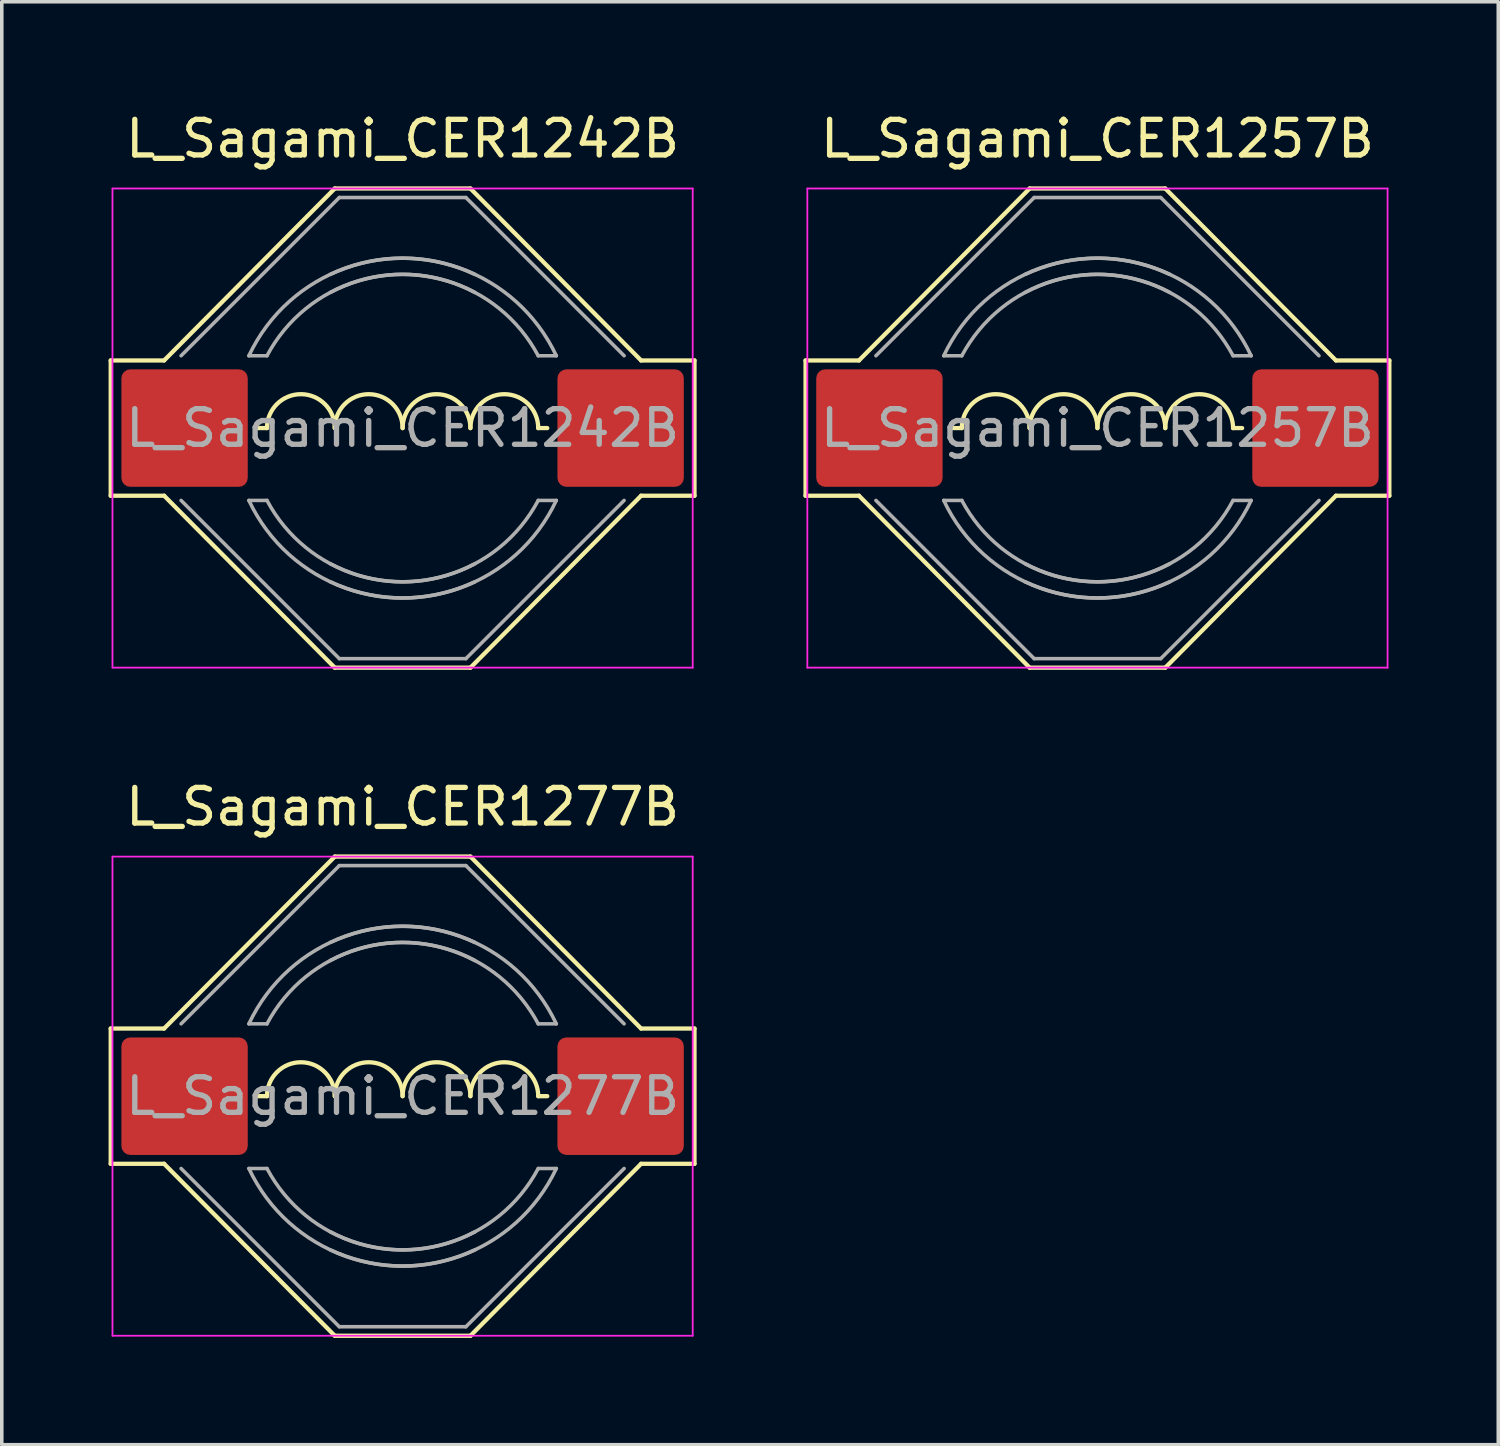
<source format=kicad_pcb>
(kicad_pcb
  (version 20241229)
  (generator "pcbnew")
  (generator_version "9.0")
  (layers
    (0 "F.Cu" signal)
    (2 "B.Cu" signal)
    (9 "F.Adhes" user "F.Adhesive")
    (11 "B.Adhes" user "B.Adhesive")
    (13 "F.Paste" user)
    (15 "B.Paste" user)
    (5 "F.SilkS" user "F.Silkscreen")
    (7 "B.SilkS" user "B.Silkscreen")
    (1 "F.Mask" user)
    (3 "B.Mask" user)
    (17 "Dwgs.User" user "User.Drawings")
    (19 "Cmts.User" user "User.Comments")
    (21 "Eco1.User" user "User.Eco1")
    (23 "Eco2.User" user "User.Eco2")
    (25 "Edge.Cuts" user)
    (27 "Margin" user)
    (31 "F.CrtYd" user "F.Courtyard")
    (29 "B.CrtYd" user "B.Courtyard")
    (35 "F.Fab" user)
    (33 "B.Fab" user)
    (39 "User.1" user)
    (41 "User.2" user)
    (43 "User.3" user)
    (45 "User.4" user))
  (footprint "L_Sagami_CER1257B"
    (layer "F.Cu")
    (at 27.78 8.976)
    (property "Reference" "L_Sagami_CER1257B" (at 0 -8.128 0) (layer "F.SilkS") (effects (font (size 1 1) (thickness 0.15))))
    (attr smd)
    (fp_line (start -8.2 -1.9) (end -8.2 1.9) (stroke (width 0.12) (type solid)) (layer "F.SilkS"))
    (fp_line (start -8.2 1.9) (end -6.7 1.9) (stroke (width 0.12) (type solid)) (layer "F.SilkS"))
    (fp_line (start -6.7 -1.9) (end -8.2 -1.9) (stroke (width 0.12) (type solid)) (layer "F.SilkS"))
    (fp_line (start -6.7 -1.9) (end -1.905 -6.731) (stroke (width 0.12) (type solid)) (layer "F.SilkS"))
    (fp_line (start -6.7 1.9) (end -1.905 6.731) (stroke (width 0.12) (type solid)) (layer "F.SilkS"))
    (fp_line (start -3.81 0) (end -4.064 0) (stroke (width 0.12) (type solid)) (layer "F.SilkS"))
    (fp_line (start -1.905 -6.731) (end 1.905 -6.731) (stroke (width 0.12) (type solid)) (layer "F.SilkS"))
    (fp_line (start -1.905 6.731) (end 1.905 6.731) (stroke (width 0.12) (type solid)) (layer "F.SilkS"))
    (fp_line (start 1.905 -6.731) (end 6.7 -1.9) (stroke (width 0.12) (type solid)) (layer "F.SilkS"))
    (fp_line (start 1.905 6.731) (end 6.7 1.9) (stroke (width 0.12) (type solid)) (layer "F.SilkS"))
    (fp_line (start 4.064 0) (end 3.81 0) (stroke (width 0.12) (type solid)) (layer "F.SilkS"))
    (fp_line (start 6.7 -1.9) (end 8.2 -1.9) (stroke (width 0.12) (type solid)) (layer "F.SilkS"))
    (fp_line (start 8.2 -1.9) (end 8.2 1.9) (stroke (width 0.12) (type solid)) (layer "F.SilkS"))
    (fp_line (start 8.2 1.9) (end 6.7 1.9) (stroke (width 0.12) (type solid)) (layer "F.SilkS"))
    (fp_arc (start -3.81 0) (mid -2.8575 -0.9525) (end -1.905 0) (stroke (width 0.12) (type solid)) (layer "F.SilkS"))
    (fp_arc (start -1.905 0) (mid -0.9525 -0.9525) (end 0 0) (stroke (width 0.12) (type solid)) (layer "F.SilkS"))
    (fp_arc (start 0 0) (mid 0.9525 -0.9525) (end 1.905 0) (stroke (width 0.12) (type solid)) (layer "F.SilkS"))
    (fp_arc (start 1.905 0) (mid 2.8575 -0.9525) (end 3.81 0) (stroke (width 0.12) (type solid)) (layer "F.SilkS"))
    (fp_line (start -8.15 -6.73) (end -8.15 6.73) (stroke (width 0.05) (type solid)) (layer "F.CrtYd"))
    (fp_line (start -8.15 -6.73) (end 8.15 -6.73) (stroke (width 0.05) (type solid)) (layer "F.CrtYd"))
    (fp_line (start -8.15 6.73) (end 8.15 6.73) (stroke (width 0.05) (type solid)) (layer "F.CrtYd"))
    (fp_line (start 8.15 -6.73) (end 8.15 6.73) (stroke (width 0.05) (type solid)) (layer "F.CrtYd"))
    (fp_line (start -6.223 -2.032) (end -1.778 -6.477) (stroke (width 0.1) (type solid)) (layer "F.Fab"))
    (fp_line (start -6.223 2.032) (end -1.778 6.477) (stroke (width 0.1) (type solid)) (layer "F.Fab"))
    (fp_line (start -3.81 -2.032) (end -4.318 -2.032) (stroke (width 0.1) (type solid)) (layer "F.Fab"))
    (fp_line (start -3.81 2.032) (end -4.318 2.032) (stroke (width 0.1) (type solid)) (layer "F.Fab"))
    (fp_line (start -1.778 6.477) (end 1.778 6.477) (stroke (width 0.1) (type solid)) (layer "F.Fab"))
    (fp_line (start 1.778 -6.477) (end -1.778 -6.477) (stroke (width 0.1) (type solid)) (layer "F.Fab"))
    (fp_line (start 1.778 6.477) (end 6.223 2.032) (stroke (width 0.1) (type solid)) (layer "F.Fab"))
    (fp_line (start 3.81 -2.032) (end 4.318 -2.032) (stroke (width 0.1) (type solid)) (layer "F.Fab"))
    (fp_line (start 3.81 2.032) (end 4.318 2.032) (stroke (width 0.1) (type solid)) (layer "F.Fab"))
    (fp_line (start 6.223 -2.032) (end 1.778 -6.477) (stroke (width 0.1) (type solid)) (layer "F.Fab"))
    (fp_arc (start -4.318 -2.032) (mid -1.616446 -4.490128) (end 2.032 -4.318) (stroke (width 0.1) (type solid)) (layer "F.Fab"))
    (fp_arc (start -3.81 -2.032) (mid -1.257236 -4.130918) (end 2.032 -3.81) (stroke (width 0.1) (type solid)) (layer "F.Fab"))
    (fp_arc (start -2.032 -4.318) (mid 1.616446 -4.490128) (end 4.318 -2.032) (stroke (width 0.1) (type solid)) (layer "F.Fab"))
    (fp_arc (start -2.032 -3.81) (mid 1.257236 -4.130918) (end 3.81 -2.032) (stroke (width 0.1) (type solid)) (layer "F.Fab"))
    (fp_arc (start 2.032 3.81) (mid -1.257236 4.130918) (end -3.81 2.032) (stroke (width 0.1) (type solid)) (layer "F.Fab"))
    (fp_arc (start 2.032 4.318) (mid -1.616446 4.490128) (end -4.318 2.032) (stroke (width 0.1) (type solid)) (layer "F.Fab"))
    (fp_arc (start 3.81 2.032) (mid 1.257236 4.130918) (end -2.032 3.81) (stroke (width 0.1) (type solid)) (layer "F.Fab"))
    (fp_arc (start 4.318 2.032) (mid 1.616446 4.490128) (end -2.032 4.318) (stroke (width 0.1) (type solid)) (layer "F.Fab"))
    (fp_text user "${REFERENCE}" (at 0 0 0) (layer "F.Fab") (effects (font (size 1 1) (thickness 0.15))))
    (pad "1" smd roundrect (at -6.125 0) (size 3.55 3.3) (layers "F.Cu" "F.Mask" "F.Paste") (roundrect_rratio 0.076))
    (pad "2" smd roundrect (at 6.125 0) (size 3.55 3.3) (layers "F.Cu" "F.Mask" "F.Paste") (roundrect_rratio 0.076)))
  (footprint "L_Sagami_CER1242B"
    (layer "F.Cu")
    (at 8.26 8.976)
    (property "Reference" "L_Sagami_CER1242B" (at 0 -8.128 0) (layer "F.SilkS") (effects (font (size 1 1) (thickness 0.15))))
    (attr smd)
    (fp_line (start -8.2 -1.9) (end -8.2 1.9) (stroke (width 0.12) (type solid)) (layer "F.SilkS"))
    (fp_line (start -8.2 1.9) (end -6.7 1.9) (stroke (width 0.12) (type solid)) (layer "F.SilkS"))
    (fp_line (start -6.7 -1.9) (end -8.2 -1.9) (stroke (width 0.12) (type solid)) (layer "F.SilkS"))
    (fp_line (start -6.7 -1.9) (end -1.905 -6.731) (stroke (width 0.12) (type solid)) (layer "F.SilkS"))
    (fp_line (start -6.7 1.9) (end -1.905 6.731) (stroke (width 0.12) (type solid)) (layer "F.SilkS"))
    (fp_line (start -3.81 0) (end -4.064 0) (stroke (width 0.12) (type solid)) (layer "F.SilkS"))
    (fp_line (start -1.905 -6.731) (end 1.905 -6.731) (stroke (width 0.12) (type solid)) (layer "F.SilkS"))
    (fp_line (start -1.905 6.731) (end 1.905 6.731) (stroke (width 0.12) (type solid)) (layer "F.SilkS"))
    (fp_line (start 1.905 -6.731) (end 6.7 -1.9) (stroke (width 0.12) (type solid)) (layer "F.SilkS"))
    (fp_line (start 1.905 6.731) (end 6.7 1.9) (stroke (width 0.12) (type solid)) (layer "F.SilkS"))
    (fp_line (start 4.064 0) (end 3.81 0) (stroke (width 0.12) (type solid)) (layer "F.SilkS"))
    (fp_line (start 6.7 -1.9) (end 8.2 -1.9) (stroke (width 0.12) (type solid)) (layer "F.SilkS"))
    (fp_line (start 8.2 -1.9) (end 8.2 1.9) (stroke (width 0.12) (type solid)) (layer "F.SilkS"))
    (fp_line (start 8.2 1.9) (end 6.7 1.9) (stroke (width 0.12) (type solid)) (layer "F.SilkS"))
    (fp_arc (start -3.81 0) (mid -2.8575 -0.9525) (end -1.905 0) (stroke (width 0.12) (type solid)) (layer "F.SilkS"))
    (fp_arc (start -1.905 0) (mid -0.9525 -0.9525) (end 0 0) (stroke (width 0.12) (type solid)) (layer "F.SilkS"))
    (fp_arc (start 0 0) (mid 0.9525 -0.9525) (end 1.905 0) (stroke (width 0.12) (type solid)) (layer "F.SilkS"))
    (fp_arc (start 1.905 0) (mid 2.8575 -0.9525) (end 3.81 0) (stroke (width 0.12) (type solid)) (layer "F.SilkS"))
    (fp_line (start -8.15 -6.73) (end -8.15 6.73) (stroke (width 0.05) (type solid)) (layer "F.CrtYd"))
    (fp_line (start -8.15 -6.73) (end 8.15 -6.73) (stroke (width 0.05) (type solid)) (layer "F.CrtYd"))
    (fp_line (start -8.15 6.73) (end 8.15 6.73) (stroke (width 0.05) (type solid)) (layer "F.CrtYd"))
    (fp_line (start 8.15 -6.73) (end 8.15 6.73) (stroke (width 0.05) (type solid)) (layer "F.CrtYd"))
    (fp_line (start -6.223 -2.032) (end -1.778 -6.477) (stroke (width 0.1) (type solid)) (layer "F.Fab"))
    (fp_line (start -6.223 2.032) (end -1.778 6.477) (stroke (width 0.1) (type solid)) (layer "F.Fab"))
    (fp_line (start -3.81 -2.032) (end -4.318 -2.032) (stroke (width 0.1) (type solid)) (layer "F.Fab"))
    (fp_line (start -3.81 2.032) (end -4.318 2.032) (stroke (width 0.1) (type solid)) (layer "F.Fab"))
    (fp_line (start -1.778 6.477) (end 1.778 6.477) (stroke (width 0.1) (type solid)) (layer "F.Fab"))
    (fp_line (start 1.778 -6.477) (end -1.778 -6.477) (stroke (width 0.1) (type solid)) (layer "F.Fab"))
    (fp_line (start 1.778 6.477) (end 6.223 2.032) (stroke (width 0.1) (type solid)) (layer "F.Fab"))
    (fp_line (start 3.81 -2.032) (end 4.318 -2.032) (stroke (width 0.1) (type solid)) (layer "F.Fab"))
    (fp_line (start 3.81 2.032) (end 4.318 2.032) (stroke (width 0.1) (type solid)) (layer "F.Fab"))
    (fp_line (start 6.223 -2.032) (end 1.778 -6.477) (stroke (width 0.1) (type solid)) (layer "F.Fab"))
    (fp_arc (start -4.318 -2.032) (mid -1.616446 -4.490128) (end 2.032 -4.318) (stroke (width 0.1) (type solid)) (layer "F.Fab"))
    (fp_arc (start -3.81 -2.032) (mid -1.257236 -4.130918) (end 2.032 -3.81) (stroke (width 0.1) (type solid)) (layer "F.Fab"))
    (fp_arc (start -2.032 -4.318) (mid 1.616446 -4.490128) (end 4.318 -2.032) (stroke (width 0.1) (type solid)) (layer "F.Fab"))
    (fp_arc (start -2.032 -3.81) (mid 1.257236 -4.130918) (end 3.81 -2.032) (stroke (width 0.1) (type solid)) (layer "F.Fab"))
    (fp_arc (start 2.032 3.81) (mid -1.257236 4.130918) (end -3.81 2.032) (stroke (width 0.1) (type solid)) (layer "F.Fab"))
    (fp_arc (start 2.032 4.318) (mid -1.616446 4.490128) (end -4.318 2.032) (stroke (width 0.1) (type solid)) (layer "F.Fab"))
    (fp_arc (start 3.81 2.032) (mid 1.257236 4.130918) (end -2.032 3.81) (stroke (width 0.1) (type solid)) (layer "F.Fab"))
    (fp_arc (start 4.318 2.032) (mid 1.616446 4.490128) (end -2.032 4.318) (stroke (width 0.1) (type solid)) (layer "F.Fab"))
    (fp_text user "${REFERENCE}" (at 0 0 0) (layer "F.Fab") (effects (font (size 1 1) (thickness 0.15))))
    (pad "1" smd roundrect (at -6.125 0) (size 3.55 3.3) (layers "F.Cu" "F.Mask" "F.Paste") (roundrect_rratio 0.076))
    (pad "2" smd roundrect (at 6.125 0) (size 3.55 3.3) (layers "F.Cu" "F.Mask" "F.Paste") (roundrect_rratio 0.076)))
  (footprint "L_Sagami_CER1277B"
    (layer "F.Cu")
    (at 8.26 27.744)
    (property "Reference" "L_Sagami_CER1277B" (at 0 -8.128 0) (layer "F.SilkS") (effects (font (size 1 1) (thickness 0.15))))
    (attr smd)
    (fp_line (start -8.2 -1.9) (end -8.2 1.9) (stroke (width 0.12) (type solid)) (layer "F.SilkS"))
    (fp_line (start -8.2 1.9) (end -6.7 1.9) (stroke (width 0.12) (type solid)) (layer "F.SilkS"))
    (fp_line (start -6.7 -1.9) (end -8.2 -1.9) (stroke (width 0.12) (type solid)) (layer "F.SilkS"))
    (fp_line (start -6.7 -1.9) (end -1.905 -6.731) (stroke (width 0.12) (type solid)) (layer "F.SilkS"))
    (fp_line (start -6.7 1.9) (end -1.905 6.731) (stroke (width 0.12) (type solid)) (layer "F.SilkS"))
    (fp_line (start -3.81 0) (end -4.064 0) (stroke (width 0.12) (type solid)) (layer "F.SilkS"))
    (fp_line (start -1.905 -6.731) (end 1.905 -6.731) (stroke (width 0.12) (type solid)) (layer "F.SilkS"))
    (fp_line (start -1.905 6.731) (end 1.905 6.731) (stroke (width 0.12) (type solid)) (layer "F.SilkS"))
    (fp_line (start 1.905 -6.731) (end 6.7 -1.9) (stroke (width 0.12) (type solid)) (layer "F.SilkS"))
    (fp_line (start 1.905 6.731) (end 6.7 1.9) (stroke (width 0.12) (type solid)) (layer "F.SilkS"))
    (fp_line (start 4.064 0) (end 3.81 0) (stroke (width 0.12) (type solid)) (layer "F.SilkS"))
    (fp_line (start 6.7 -1.9) (end 8.2 -1.9) (stroke (width 0.12) (type solid)) (layer "F.SilkS"))
    (fp_line (start 8.2 -1.9) (end 8.2 1.9) (stroke (width 0.12) (type solid)) (layer "F.SilkS"))
    (fp_line (start 8.2 1.9) (end 6.7 1.9) (stroke (width 0.12) (type solid)) (layer "F.SilkS"))
    (fp_arc (start -3.81 0) (mid -2.8575 -0.9525) (end -1.905 0) (stroke (width 0.12) (type solid)) (layer "F.SilkS"))
    (fp_arc (start -1.905 0) (mid -0.9525 -0.9525) (end 0 0) (stroke (width 0.12) (type solid)) (layer "F.SilkS"))
    (fp_arc (start 0 0) (mid 0.9525 -0.9525) (end 1.905 0) (stroke (width 0.12) (type solid)) (layer "F.SilkS"))
    (fp_arc (start 1.905 0) (mid 2.8575 -0.9525) (end 3.81 0) (stroke (width 0.12) (type solid)) (layer "F.SilkS"))
    (fp_line (start -8.15 -6.73) (end -8.15 6.73) (stroke (width 0.05) (type solid)) (layer "F.CrtYd"))
    (fp_line (start -8.15 -6.73) (end 8.15 -6.73) (stroke (width 0.05) (type solid)) (layer "F.CrtYd"))
    (fp_line (start -8.15 6.73) (end 8.15 6.73) (stroke (width 0.05) (type solid)) (layer "F.CrtYd"))
    (fp_line (start 8.15 -6.73) (end 8.15 6.73) (stroke (width 0.05) (type solid)) (layer "F.CrtYd"))
    (fp_line (start -6.223 -2.032) (end -1.778 -6.477) (stroke (width 0.1) (type solid)) (layer "F.Fab"))
    (fp_line (start -6.223 2.032) (end -1.778 6.477) (stroke (width 0.1) (type solid)) (layer "F.Fab"))
    (fp_line (start -3.81 -2.032) (end -4.318 -2.032) (stroke (width 0.1) (type solid)) (layer "F.Fab"))
    (fp_line (start -3.81 2.032) (end -4.318 2.032) (stroke (width 0.1) (type solid)) (layer "F.Fab"))
    (fp_line (start -1.778 6.477) (end 1.778 6.477) (stroke (width 0.1) (type solid)) (layer "F.Fab"))
    (fp_line (start 1.778 -6.477) (end -1.778 -6.477) (stroke (width 0.1) (type solid)) (layer "F.Fab"))
    (fp_line (start 1.778 6.477) (end 6.223 2.032) (stroke (width 0.1) (type solid)) (layer "F.Fab"))
    (fp_line (start 3.81 -2.032) (end 4.318 -2.032) (stroke (width 0.1) (type solid)) (layer "F.Fab"))
    (fp_line (start 3.81 2.032) (end 4.318 2.032) (stroke (width 0.1) (type solid)) (layer "F.Fab"))
    (fp_line (start 6.223 -2.032) (end 1.778 -6.477) (stroke (width 0.1) (type solid)) (layer "F.Fab"))
    (fp_arc (start -4.318 -2.032) (mid -1.616446 -4.490128) (end 2.032 -4.318) (stroke (width 0.1) (type solid)) (layer "F.Fab"))
    (fp_arc (start -3.81 -2.032) (mid -1.257236 -4.130918) (end 2.032 -3.81) (stroke (width 0.1) (type solid)) (layer "F.Fab"))
    (fp_arc (start -2.032 -4.318) (mid 1.616446 -4.490128) (end 4.318 -2.032) (stroke (width 0.1) (type solid)) (layer "F.Fab"))
    (fp_arc (start -2.032 -3.81) (mid 1.257236 -4.130918) (end 3.81 -2.032) (stroke (width 0.1) (type solid)) (layer "F.Fab"))
    (fp_arc (start 2.032 3.81) (mid -1.257236 4.130918) (end -3.81 2.032) (stroke (width 0.1) (type solid)) (layer "F.Fab"))
    (fp_arc (start 2.032 4.318) (mid -1.616446 4.490128) (end -4.318 2.032) (stroke (width 0.1) (type solid)) (layer "F.Fab"))
    (fp_arc (start 3.81 2.032) (mid 1.257236 4.130918) (end -2.032 3.81) (stroke (width 0.1) (type solid)) (layer "F.Fab"))
    (fp_arc (start 4.318 2.032) (mid 1.616446 4.490128) (end -2.032 4.318) (stroke (width 0.1) (type solid)) (layer "F.Fab"))
    (fp_text user "${REFERENCE}" (at 0 0 0) (layer "F.Fab") (effects (font (size 1 1) (thickness 0.15))))
    (pad "1" smd roundrect (at -6.125 0) (size 3.55 3.3) (layers "F.Cu" "F.Mask" "F.Paste") (roundrect_rratio 0.076))
    (pad "2" smd roundrect (at 6.125 0) (size 3.55 3.3) (layers "F.Cu" "F.Mask" "F.Paste") (roundrect_rratio 0.076)))
  (gr_rect
    (start -3 -3)
    (end 39.04 37.535)
    (stroke (width 0.1) (type default))
    (fill no)
    (layer "Edge.Cuts")))
</source>
